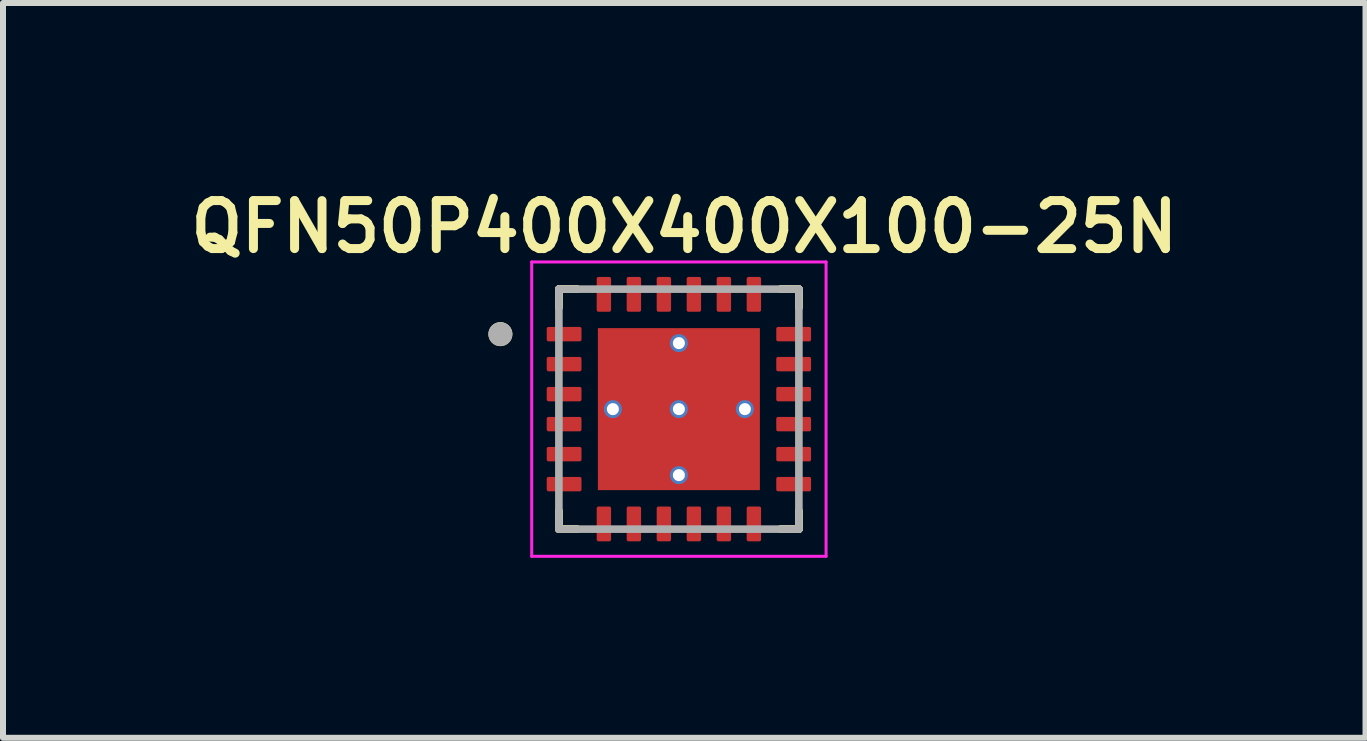
<source format=kicad_pcb>
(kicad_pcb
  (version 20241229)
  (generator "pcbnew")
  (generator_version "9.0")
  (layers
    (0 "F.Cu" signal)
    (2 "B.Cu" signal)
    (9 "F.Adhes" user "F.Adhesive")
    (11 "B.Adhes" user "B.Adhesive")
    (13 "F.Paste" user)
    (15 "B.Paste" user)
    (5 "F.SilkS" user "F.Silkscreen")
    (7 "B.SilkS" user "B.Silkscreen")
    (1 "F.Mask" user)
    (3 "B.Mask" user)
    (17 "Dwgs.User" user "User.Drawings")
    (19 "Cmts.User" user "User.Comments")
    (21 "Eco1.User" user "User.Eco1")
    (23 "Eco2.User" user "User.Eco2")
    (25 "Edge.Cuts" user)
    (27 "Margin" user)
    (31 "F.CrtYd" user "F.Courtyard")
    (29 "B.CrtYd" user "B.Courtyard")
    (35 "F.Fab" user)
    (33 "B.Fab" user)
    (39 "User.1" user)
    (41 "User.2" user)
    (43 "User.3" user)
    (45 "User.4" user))
  (footprint "QFN50P400X400X100-25N"
    (layer "F.Cu")
    (at 8.265 3.769)
    (property "Reference" "QFN50P400X400X100-25N" (at 0.09 -3.038 0) (layer "F.SilkS") (effects (font (size 0.8 0.8) (thickness 0.15))))
    (attr smd)
    (fp_line (start -2 -2) (end -2 -1.705) (stroke (width 0.127) (type solid)) (layer "F.SilkS"))
    (fp_line (start -2 -2) (end -1.705 -2) (stroke (width 0.127) (type solid)) (layer "F.SilkS"))
    (fp_line (start -2 -1.69) (end -2 -2) (stroke (width 0.127) (type solid)) (layer "F.SilkS"))
    (fp_line (start -2 2) (end -2 1.69) (stroke (width 0.127) (type solid)) (layer "F.SilkS"))
    (fp_line (start -2 2) (end -2 1.705) (stroke (width 0.127) (type solid)) (layer "F.SilkS"))
    (fp_line (start -2 2) (end -1.705 2) (stroke (width 0.127) (type solid)) (layer "F.SilkS"))
    (fp_line (start -1.69 -2) (end -2 -2) (stroke (width 0.127) (type solid)) (layer "F.SilkS"))
    (fp_line (start -1.69 2) (end -2 2) (stroke (width 0.127) (type solid)) (layer "F.SilkS"))
    (fp_line (start 2 -2) (end 1.69 -2) (stroke (width 0.127) (type solid)) (layer "F.SilkS"))
    (fp_line (start 2 -2) (end 1.705 -2) (stroke (width 0.127) (type solid)) (layer "F.SilkS"))
    (fp_line (start 2 -2) (end 2 -1.705) (stroke (width 0.127) (type solid)) (layer "F.SilkS"))
    (fp_line (start 2 -1.69) (end 2 -2) (stroke (width 0.127) (type solid)) (layer "F.SilkS"))
    (fp_line (start 2 2) (end 1.69 2) (stroke (width 0.127) (type solid)) (layer "F.SilkS"))
    (fp_line (start 2 2) (end 1.705 2) (stroke (width 0.127) (type solid)) (layer "F.SilkS"))
    (fp_line (start 2 2) (end 2 1.69) (stroke (width 0.127) (type solid)) (layer "F.SilkS"))
    (fp_line (start 2 2) (end 2 1.705) (stroke (width 0.127) (type solid)) (layer "F.SilkS"))
    (fp_circle (center -2.975 -1.25) (end -2.875 -1.25) (stroke (width 0.2) (type solid)) (fill no) (layer "F.SilkS"))
    (fp_poly (pts (xy -1.288 -1.288) (xy -0.1 -1.288) (xy -0.1 -0.1) (xy -1.288 -0.1)) (stroke (width 0.01) (type solid)) (fill yes) (layer "F.Paste"))
    (fp_poly (pts (xy -1.288 0.1) (xy -0.1 0.1) (xy -0.1 1.288) (xy -1.288 1.288)) (stroke (width 0.01) (type solid)) (fill yes) (layer "F.Paste"))
    (fp_poly (pts (xy 0.1 -1.288) (xy 1.288 -1.288) (xy 1.288 -0.1) (xy 0.1 -0.1)) (stroke (width 0.01) (type solid)) (fill yes) (layer "F.Paste"))
    (fp_poly (pts (xy 0.1 0.1) (xy 1.288 0.1) (xy 1.288 1.288) (xy 0.1 1.288)) (stroke (width 0.01) (type solid)) (fill yes) (layer "F.Paste"))
    (fp_line (start -2.453 -2.453) (end -2.453 2.453) (stroke (width 0.05) (type solid)) (layer "F.CrtYd"))
    (fp_line (start -2.453 2.453) (end 2.453 2.453) (stroke (width 0.05) (type solid)) (layer "F.CrtYd"))
    (fp_line (start 2.453 -2.453) (end -2.453 -2.453) (stroke (width 0.05) (type solid)) (layer "F.CrtYd"))
    (fp_line (start 2.453 2.453) (end 2.453 -2.453) (stroke (width 0.05) (type solid)) (layer "F.CrtYd"))
    (fp_line (start -2 2) (end -2 -2) (stroke (width 0.127) (type solid)) (layer "F.Fab"))
    (fp_line (start 2 -2) (end -2 -2) (stroke (width 0.127) (type solid)) (layer "F.Fab"))
    (fp_line (start 2 2) (end -2 2) (stroke (width 0.127) (type solid)) (layer "F.Fab"))
    (fp_line (start 2 2) (end 2 -2) (stroke (width 0.127) (type solid)) (layer "F.Fab"))
    (fp_circle (center -2.975 -1.25) (end -2.875 -1.25) (stroke (width 0.2) (type solid)) (fill no) (layer "F.Fab"))
    (pad "1" smd roundrect (at -1.913 -1.25) (size 0.58 0.24) (layers "F.Cu" "F.Mask" "F.Paste") (roundrect_rratio 0.125))
    (pad "2" smd roundrect (at -1.913 -0.75) (size 0.58 0.24) (layers "F.Cu" "F.Mask" "F.Paste") (roundrect_rratio 0.125))
    (pad "3" smd roundrect (at -1.913 -0.25) (size 0.58 0.24) (layers "F.Cu" "F.Mask" "F.Paste") (roundrect_rratio 0.125))
    (pad "4" smd roundrect (at -1.913 0.25) (size 0.58 0.24) (layers "F.Cu" "F.Mask" "F.Paste") (roundrect_rratio 0.125))
    (pad "5" smd roundrect (at -1.913 0.75) (size 0.58 0.24) (layers "F.Cu" "F.Mask" "F.Paste") (roundrect_rratio 0.125))
    (pad "6" smd roundrect (at -1.913 1.25) (size 0.58 0.24) (layers "F.Cu" "F.Mask" "F.Paste") (roundrect_rratio 0.125))
    (pad "7" smd roundrect (at -1.25 1.913) (size 0.24 0.58) (layers "F.Cu" "F.Mask" "F.Paste") (roundrect_rratio 0.125))
    (pad "8" smd roundrect (at -0.75 1.913) (size 0.24 0.58) (layers "F.Cu" "F.Mask" "F.Paste") (roundrect_rratio 0.125))
    (pad "9" smd roundrect (at -0.25 1.913) (size 0.24 0.58) (layers "F.Cu" "F.Mask" "F.Paste") (roundrect_rratio 0.125))
    (pad "10" smd roundrect (at 0.25 1.913) (size 0.24 0.58) (layers "F.Cu" "F.Mask" "F.Paste") (roundrect_rratio 0.125))
    (pad "11" smd roundrect (at 0.75 1.913) (size 0.24 0.58) (layers "F.Cu" "F.Mask" "F.Paste") (roundrect_rratio 0.125))
    (pad "12" smd roundrect (at 1.25 1.913) (size 0.24 0.58) (layers "F.Cu" "F.Mask" "F.Paste") (roundrect_rratio 0.125))
    (pad "13" smd roundrect (at 1.913 1.25) (size 0.58 0.24) (layers "F.Cu" "F.Mask" "F.Paste") (roundrect_rratio 0.125))
    (pad "14" smd roundrect (at 1.913 0.75) (size 0.58 0.24) (layers "F.Cu" "F.Mask" "F.Paste") (roundrect_rratio 0.125))
    (pad "15" smd roundrect (at 1.913 0.25) (size 0.58 0.24) (layers "F.Cu" "F.Mask" "F.Paste") (roundrect_rratio 0.125))
    (pad "16" smd roundrect (at 1.913 -0.25) (size 0.58 0.24) (layers "F.Cu" "F.Mask" "F.Paste") (roundrect_rratio 0.125))
    (pad "17" smd roundrect (at 1.913 -0.75) (size 0.58 0.24) (layers "F.Cu" "F.Mask" "F.Paste") (roundrect_rratio 0.125))
    (pad "18" smd roundrect (at 1.913 -1.25) (size 0.58 0.24) (layers "F.Cu" "F.Mask" "F.Paste") (roundrect_rratio 0.125))
    (pad "19" smd roundrect (at 1.25 -1.913) (size 0.24 0.58) (layers "F.Cu" "F.Mask" "F.Paste") (roundrect_rratio 0.125))
    (pad "20" smd roundrect (at 0.75 -1.913) (size 0.24 0.58) (layers "F.Cu" "F.Mask" "F.Paste") (roundrect_rratio 0.125))
    (pad "21" smd roundrect (at 0.25 -1.913) (size 0.24 0.58) (layers "F.Cu" "F.Mask" "F.Paste") (roundrect_rratio 0.125))
    (pad "22" smd roundrect (at -0.25 -1.913) (size 0.24 0.58) (layers "F.Cu" "F.Mask" "F.Paste") (roundrect_rratio 0.125))
    (pad "23" smd roundrect (at -0.75 -1.913) (size 0.24 0.58) (layers "F.Cu" "F.Mask" "F.Paste") (roundrect_rratio 0.125))
    (pad "24" smd roundrect (at -1.25 -1.913) (size 0.24 0.58) (layers "F.Cu" "F.Mask" "F.Paste") (roundrect_rratio 0.125))
    (pad "25" smd rect (at 0 0) (size 2.7 2.7) (layers "F.Cu" "F.Mask"))
    (pad "26" thru_hole circle (at 0 -1.1) (size 0.3 0.3) (drill 0.2) (layers "*.Cu"))
    (pad "27" thru_hole circle (at -1.1 0) (size 0.3 0.3) (drill 0.2) (layers "*.Cu"))
    (pad "28" thru_hole circle (at 0 0) (size 0.3 0.3) (drill 0.2) (layers "*.Cu"))
    (pad "29" thru_hole circle (at 1.1 0) (size 0.3 0.3) (drill 0.2) (layers "*.Cu"))
    (pad "30" thru_hole circle (at 0 1.1) (size 0.3 0.3) (drill 0.2) (layers "*.Cu")))
  (gr_rect
    (start -3 -3)
    (end 19.709 9.247)
    (stroke (width 0.1) (type default))
    (fill no)
    (layer "Edge.Cuts")))
</source>
